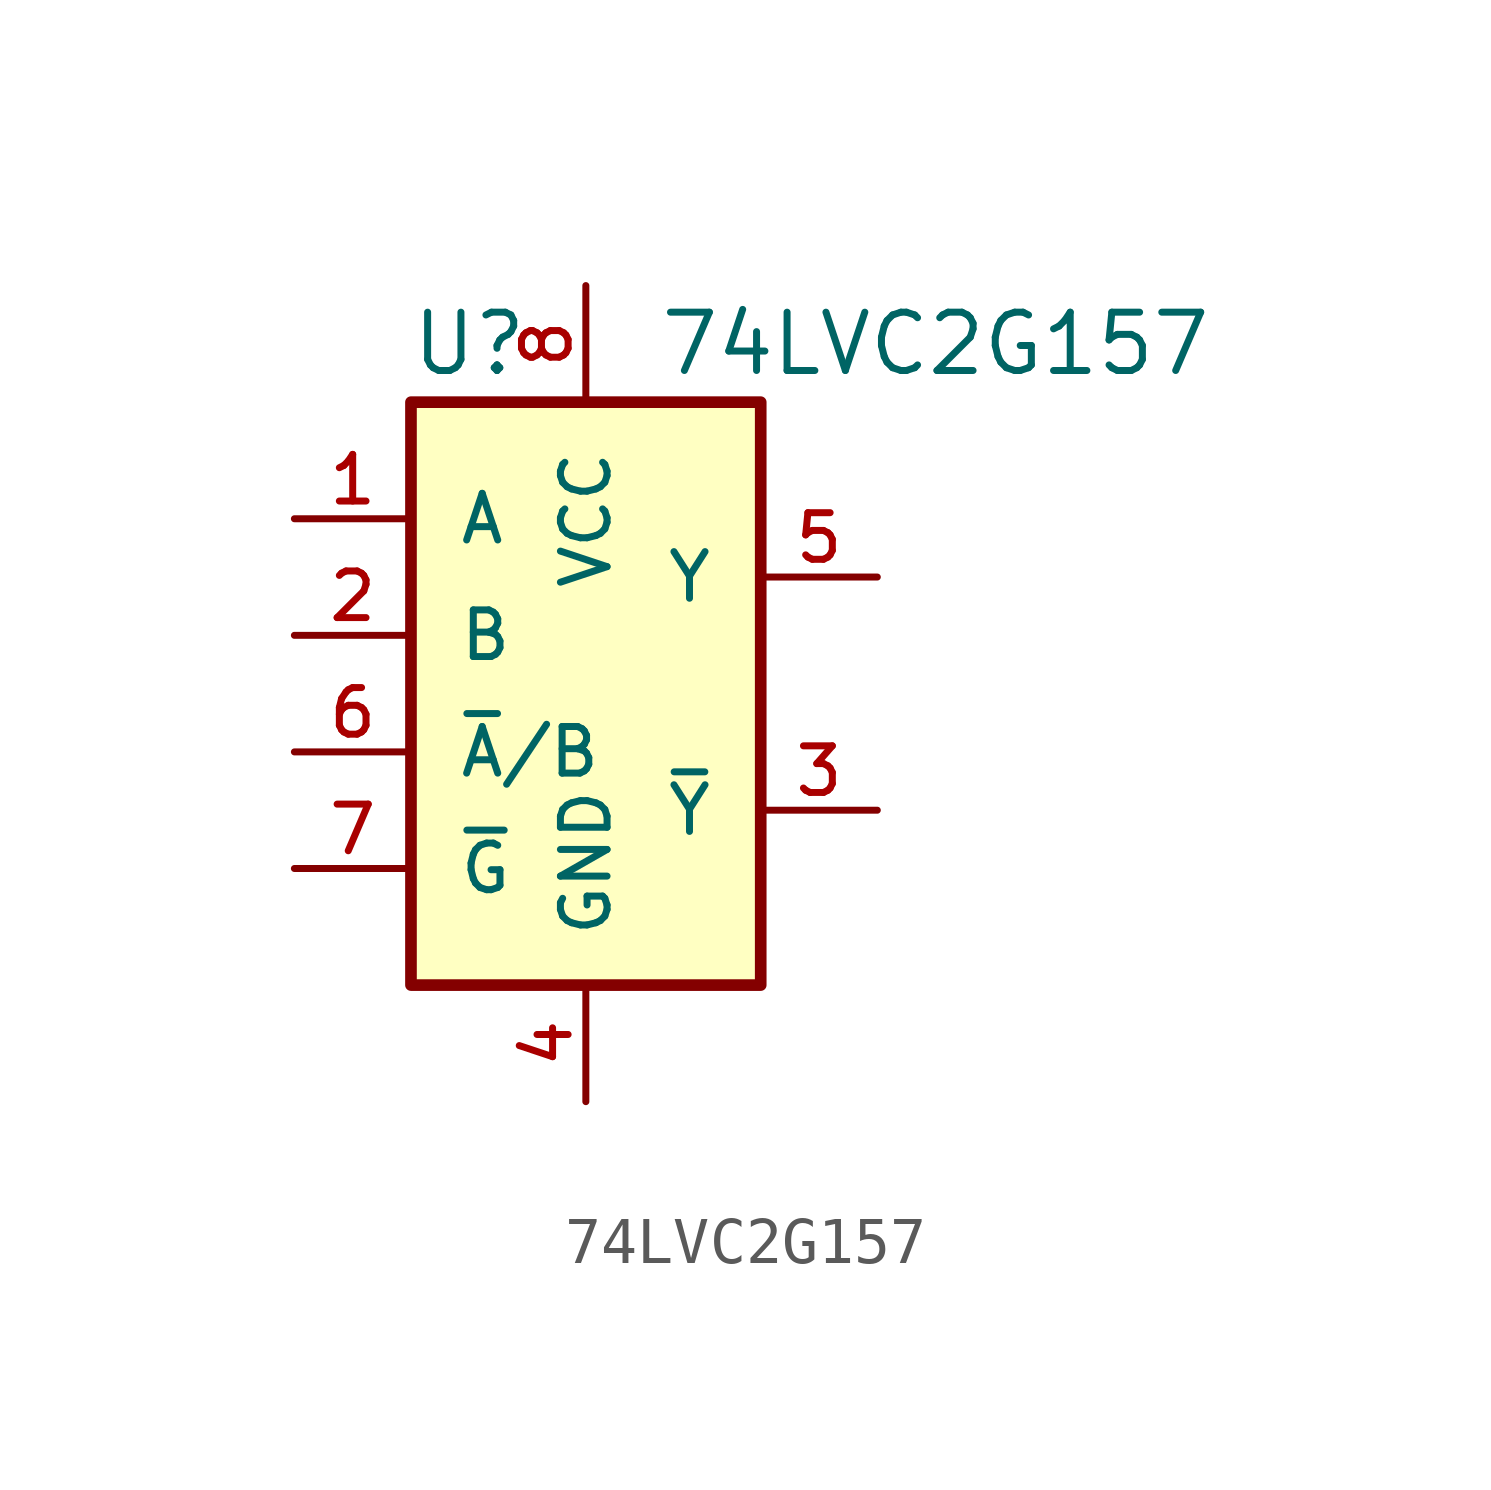
<source format=kicad_sym>
(kicad_symbol_lib
  (version 20211014)
  (generator kicad_symbol_editor)
  (symbol "74LVC2G157"
    (pin_names
      (offset 1.016))
    (property "Reference" "U"
      (at -2.54 7.62 0)
      (effects (font (size 1.27 1.27))))
    (property "Value" "74LVC2G157"
      (at 7.62 7.62 0)
      (effects (font (size 1.27 1.27))))
    (symbol "74LVC2G157_0_1"
      (rectangle (start -3.81 6.35) (end 3.81 -6.35) (stroke (width 0.254) (type default) (color 0 0 0 0)) (fill (type background))))
    (symbol "74LVC2G157_1_1"
      (pin input line (at -6.35 3.81 0) (length 2.54) (name "A" (effects (font (size 1.016 1.016)))) (number "1" (effects (font (size 1.016 1.016)))))
      (pin input line (at -6.35 1.27 0) (length 2.54) (name "B" (effects (font (size 1.016 1.016)))) (number "2" (effects (font (size 1.016 1.016)))))
      (pin output line (at 6.35 -2.54 180) (length 2.54) (name "~{Y}" (effects (font (size 1.016 1.016)))) (number "3" (effects (font (size 1.016 1.016)))))
      (pin power_in line (at 0 -8.89 90) (length 2.54) (name "GND" (effects (font (size 1.016 1.016)))) (number "4" (effects (font (size 1.016 1.016)))))
      (pin output line (at 6.35 2.54 180) (length 2.54) (name "Y" (effects (font (size 1.016 1.016)))) (number "5" (effects (font (size 1.016 1.016)))))
      (pin input line (at -6.35 -1.27 0) (length 2.54) (name "~{A}/B" (effects (font (size 1.016 1.016)))) (number "6" (effects (font (size 1.016 1.016)))))
      (pin input line (at -6.35 -3.81 0) (length 2.54) (name "~{G}" (effects (font (size 1.016 1.016)))) (number "7" (effects (font (size 1.016 1.016)))))
      (pin power_in line (at 0 8.89 270) (length 2.54) (name "VCC" (effects (font (size 1.016 1.016)))) (number "8" (effects (font (size 1.016 1.016))))))))
</source>
